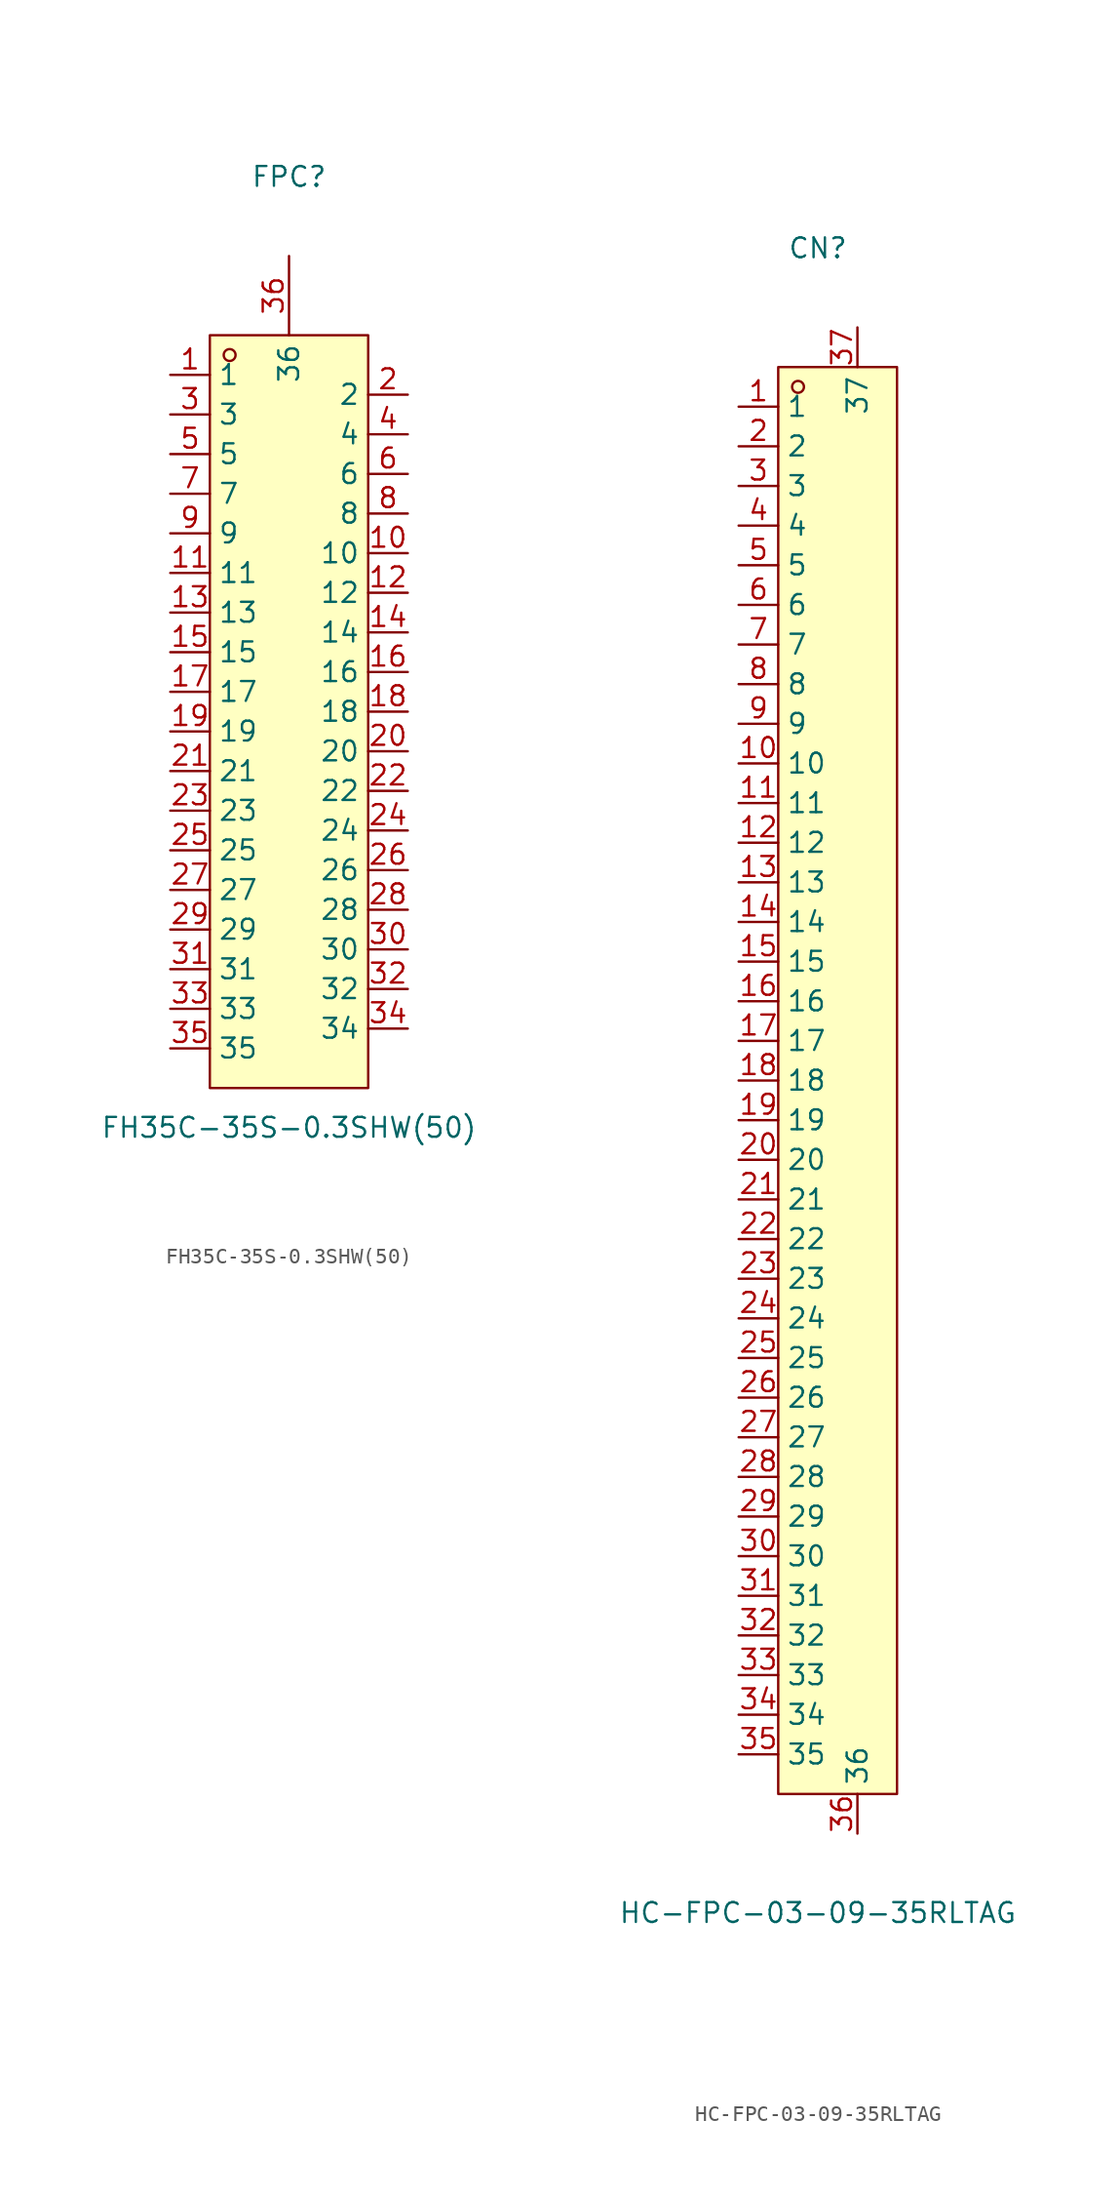
<source format=kicad_sym>
(kicad_symbol_lib
  (version 20241209)
  (generator "kicad_symbol_editor")
  (generator_version "9.0")
  (symbol "FH35C-35S-0.3SHW(50)"
    (property "Reference" "FPC"
      (at 0 34.29 0)
      (effects (font (size 1.27 1.27))))
    (property "Value" "FH35C-35S-0.3SHW(50)"
      (at 0 -26.67 0)
      (effects (font (size 1.27 1.27))))
    (symbol "FH35C-35S-0.3SHW(50)_0_1"
      (rectangle (start -5.08 24.13) (end 5.08 -24.13) (stroke (width 0) (type default)) (fill (type background)))
      (circle (center -3.81 22.86) (radius 0.38) (stroke (width 0) (type default)) (fill (type none)))
      (pin unspecified line (at -7.62 21.59 0) (length 2.54) (name "1" (effects (font (size 1.27 1.27)))) (number "1" (effects (font (size 1.27 1.27)))))
      (pin unspecified line (at -7.62 19.05 0) (length 2.54) (name "3" (effects (font (size 1.27 1.27)))) (number "3" (effects (font (size 1.27 1.27)))))
      (pin unspecified line (at -7.62 16.51 0) (length 2.54) (name "5" (effects (font (size 1.27 1.27)))) (number "5" (effects (font (size 1.27 1.27)))))
      (pin unspecified line (at -7.62 13.97 0) (length 2.54) (name "7" (effects (font (size 1.27 1.27)))) (number "7" (effects (font (size 1.27 1.27)))))
      (pin unspecified line (at -7.62 11.43 0) (length 2.54) (name "9" (effects (font (size 1.27 1.27)))) (number "9" (effects (font (size 1.27 1.27)))))
      (pin unspecified line (at -7.62 8.89 0) (length 2.54) (name "11" (effects (font (size 1.27 1.27)))) (number "11" (effects (font (size 1.27 1.27)))))
      (pin unspecified line (at -7.62 6.35 0) (length 2.54) (name "13" (effects (font (size 1.27 1.27)))) (number "13" (effects (font (size 1.27 1.27)))))
      (pin unspecified line (at -7.62 3.81 0) (length 2.54) (name "15" (effects (font (size 1.27 1.27)))) (number "15" (effects (font (size 1.27 1.27)))))
      (pin unspecified line (at -7.62 1.27 0) (length 2.54) (name "17" (effects (font (size 1.27 1.27)))) (number "17" (effects (font (size 1.27 1.27)))))
      (pin unspecified line (at -7.62 -1.27 0) (length 2.54) (name "19" (effects (font (size 1.27 1.27)))) (number "19" (effects (font (size 1.27 1.27)))))
      (pin unspecified line (at -7.62 -3.81 0) (length 2.54) (name "21" (effects (font (size 1.27 1.27)))) (number "21" (effects (font (size 1.27 1.27)))))
      (pin unspecified line (at -7.62 -6.35 0) (length 2.54) (name "23" (effects (font (size 1.27 1.27)))) (number "23" (effects (font (size 1.27 1.27)))))
      (pin unspecified line (at -7.62 -8.89 0) (length 2.54) (name "25" (effects (font (size 1.27 1.27)))) (number "25" (effects (font (size 1.27 1.27)))))
      (pin unspecified line (at -7.62 -11.43 0) (length 2.54) (name "27" (effects (font (size 1.27 1.27)))) (number "27" (effects (font (size 1.27 1.27)))))
      (pin unspecified line (at -7.62 -13.97 0) (length 2.54) (name "29" (effects (font (size 1.27 1.27)))) (number "29" (effects (font (size 1.27 1.27)))))
      (pin unspecified line (at -7.62 -16.51 0) (length 2.54) (name "31" (effects (font (size 1.27 1.27)))) (number "31" (effects (font (size 1.27 1.27)))))
      (pin unspecified line (at -7.62 -19.05 0) (length 2.54) (name "33" (effects (font (size 1.27 1.27)))) (number "33" (effects (font (size 1.27 1.27)))))
      (pin unspecified line (at -7.62 -21.59 0) (length 2.54) (name "35" (effects (font (size 1.27 1.27)))) (number "35" (effects (font (size 1.27 1.27)))))
      (pin unspecified line (at 0 29.21 270) (length 5.08) (name "36" (effects (font (size 1.27 1.27)))) (number "36" (effects (font (size 1.27 1.27)))))
      (pin unspecified line (at 7.62 20.32 180) (length 2.54) (name "2" (effects (font (size 1.27 1.27)))) (number "2" (effects (font (size 1.27 1.27)))))
      (pin unspecified line (at 7.62 17.78 180) (length 2.54) (name "4" (effects (font (size 1.27 1.27)))) (number "4" (effects (font (size 1.27 1.27)))))
      (pin unspecified line (at 7.62 15.24 180) (length 2.54) (name "6" (effects (font (size 1.27 1.27)))) (number "6" (effects (font (size 1.27 1.27)))))
      (pin unspecified line (at 7.62 12.7 180) (length 2.54) (name "8" (effects (font (size 1.27 1.27)))) (number "8" (effects (font (size 1.27 1.27)))))
      (pin unspecified line (at 7.62 10.16 180) (length 2.54) (name "10" (effects (font (size 1.27 1.27)))) (number "10" (effects (font (size 1.27 1.27)))))
      (pin unspecified line (at 7.62 7.62 180) (length 2.54) (name "12" (effects (font (size 1.27 1.27)))) (number "12" (effects (font (size 1.27 1.27)))))
      (pin unspecified line (at 7.62 5.08 180) (length 2.54) (name "14" (effects (font (size 1.27 1.27)))) (number "14" (effects (font (size 1.27 1.27)))))
      (pin unspecified line (at 7.62 2.54 180) (length 2.54) (name "16" (effects (font (size 1.27 1.27)))) (number "16" (effects (font (size 1.27 1.27)))))
      (pin unspecified line (at 7.62 0 180) (length 2.54) (name "18" (effects (font (size 1.27 1.27)))) (number "18" (effects (font (size 1.27 1.27)))))
      (pin unspecified line (at 7.62 -2.54 180) (length 2.54) (name "20" (effects (font (size 1.27 1.27)))) (number "20" (effects (font (size 1.27 1.27)))))
      (pin unspecified line (at 7.62 -5.08 180) (length 2.54) (name "22" (effects (font (size 1.27 1.27)))) (number "22" (effects (font (size 1.27 1.27)))))
      (pin unspecified line (at 7.62 -7.62 180) (length 2.54) (name "24" (effects (font (size 1.27 1.27)))) (number "24" (effects (font (size 1.27 1.27)))))
      (pin unspecified line (at 7.62 -10.16 180) (length 2.54) (name "26" (effects (font (size 1.27 1.27)))) (number "26" (effects (font (size 1.27 1.27)))))
      (pin unspecified line (at 7.62 -12.7 180) (length 2.54) (name "28" (effects (font (size 1.27 1.27)))) (number "28" (effects (font (size 1.27 1.27)))))
      (pin unspecified line (at 7.62 -15.24 180) (length 2.54) (name "30" (effects (font (size 1.27 1.27)))) (number "30" (effects (font (size 1.27 1.27)))))
      (pin unspecified line (at 7.62 -17.78 180) (length 2.54) (name "32" (effects (font (size 1.27 1.27)))) (number "32" (effects (font (size 1.27 1.27)))))
      (pin unspecified line (at 7.62 -20.32 180) (length 2.54) (name "34" (effects (font (size 1.27 1.27)))) (number "34" (effects (font (size 1.27 1.27)))))))
  (symbol "HC-FPC-03-09-35RLTAG"
    (property "Reference" "CN"
      (at 0 53.34 0)
      (effects (font (size 1.27 1.27))))
    (property "Value" "HC-FPC-03-09-35RLTAG"
      (at 0 -53.34 0)
      (effects (font (size 1.27 1.27))))
    (symbol "HC-FPC-03-09-35RLTAG_0_1"
      (rectangle (start -2.54 45.72) (end 5.08 -45.72) (stroke (width 0) (type default)) (fill (type background)))
      (circle (center -1.27 44.45) (radius 0.38) (stroke (width 0) (type default)) (fill (type none)))
      (pin unspecified line (at -5.08 43.18 0) (length 2.54) (name "1" (effects (font (size 1.27 1.27)))) (number "1" (effects (font (size 1.27 1.27)))))
      (pin unspecified line (at -5.08 40.64 0) (length 2.54) (name "2" (effects (font (size 1.27 1.27)))) (number "2" (effects (font (size 1.27 1.27)))))
      (pin unspecified line (at -5.08 38.1 0) (length 2.54) (name "3" (effects (font (size 1.27 1.27)))) (number "3" (effects (font (size 1.27 1.27)))))
      (pin unspecified line (at -5.08 35.56 0) (length 2.54) (name "4" (effects (font (size 1.27 1.27)))) (number "4" (effects (font (size 1.27 1.27)))))
      (pin unspecified line (at -5.08 33.02 0) (length 2.54) (name "5" (effects (font (size 1.27 1.27)))) (number "5" (effects (font (size 1.27 1.27)))))
      (pin unspecified line (at -5.08 30.48 0) (length 2.54) (name "6" (effects (font (size 1.27 1.27)))) (number "6" (effects (font (size 1.27 1.27)))))
      (pin unspecified line (at -5.08 27.94 0) (length 2.54) (name "7" (effects (font (size 1.27 1.27)))) (number "7" (effects (font (size 1.27 1.27)))))
      (pin unspecified line (at -5.08 25.4 0) (length 2.54) (name "8" (effects (font (size 1.27 1.27)))) (number "8" (effects (font (size 1.27 1.27)))))
      (pin unspecified line (at -5.08 22.86 0) (length 2.54) (name "9" (effects (font (size 1.27 1.27)))) (number "9" (effects (font (size 1.27 1.27)))))
      (pin unspecified line (at -5.08 20.32 0) (length 2.54) (name "10" (effects (font (size 1.27 1.27)))) (number "10" (effects (font (size 1.27 1.27)))))
      (pin unspecified line (at -5.08 17.78 0) (length 2.54) (name "11" (effects (font (size 1.27 1.27)))) (number "11" (effects (font (size 1.27 1.27)))))
      (pin unspecified line (at -5.08 15.24 0) (length 2.54) (name "12" (effects (font (size 1.27 1.27)))) (number "12" (effects (font (size 1.27 1.27)))))
      (pin unspecified line (at -5.08 12.7 0) (length 2.54) (name "13" (effects (font (size 1.27 1.27)))) (number "13" (effects (font (size 1.27 1.27)))))
      (pin unspecified line (at -5.08 10.16 0) (length 2.54) (name "14" (effects (font (size 1.27 1.27)))) (number "14" (effects (font (size 1.27 1.27)))))
      (pin unspecified line (at -5.08 7.62 0) (length 2.54) (name "15" (effects (font (size 1.27 1.27)))) (number "15" (effects (font (size 1.27 1.27)))))
      (pin unspecified line (at -5.08 5.08 0) (length 2.54) (name "16" (effects (font (size 1.27 1.27)))) (number "16" (effects (font (size 1.27 1.27)))))
      (pin unspecified line (at -5.08 2.54 0) (length 2.54) (name "17" (effects (font (size 1.27 1.27)))) (number "17" (effects (font (size 1.27 1.27)))))
      (pin unspecified line (at -5.08 0 0) (length 2.54) (name "18" (effects (font (size 1.27 1.27)))) (number "18" (effects (font (size 1.27 1.27)))))
      (pin unspecified line (at -5.08 -2.54 0) (length 2.54) (name "19" (effects (font (size 1.27 1.27)))) (number "19" (effects (font (size 1.27 1.27)))))
      (pin unspecified line (at -5.08 -5.08 0) (length 2.54) (name "20" (effects (font (size 1.27 1.27)))) (number "20" (effects (font (size 1.27 1.27)))))
      (pin unspecified line (at -5.08 -7.62 0) (length 2.54) (name "21" (effects (font (size 1.27 1.27)))) (number "21" (effects (font (size 1.27 1.27)))))
      (pin unspecified line (at -5.08 -10.16 0) (length 2.54) (name "22" (effects (font (size 1.27 1.27)))) (number "22" (effects (font (size 1.27 1.27)))))
      (pin unspecified line (at -5.08 -12.7 0) (length 2.54) (name "23" (effects (font (size 1.27 1.27)))) (number "23" (effects (font (size 1.27 1.27)))))
      (pin unspecified line (at -5.08 -15.24 0) (length 2.54) (name "24" (effects (font (size 1.27 1.27)))) (number "24" (effects (font (size 1.27 1.27)))))
      (pin unspecified line (at -5.08 -17.78 0) (length 2.54) (name "25" (effects (font (size 1.27 1.27)))) (number "25" (effects (font (size 1.27 1.27)))))
      (pin unspecified line (at -5.08 -20.32 0) (length 2.54) (name "26" (effects (font (size 1.27 1.27)))) (number "26" (effects (font (size 1.27 1.27)))))
      (pin unspecified line (at -5.08 -22.86 0) (length 2.54) (name "27" (effects (font (size 1.27 1.27)))) (number "27" (effects (font (size 1.27 1.27)))))
      (pin unspecified line (at -5.08 -25.4 0) (length 2.54) (name "28" (effects (font (size 1.27 1.27)))) (number "28" (effects (font (size 1.27 1.27)))))
      (pin unspecified line (at -5.08 -27.94 0) (length 2.54) (name "29" (effects (font (size 1.27 1.27)))) (number "29" (effects (font (size 1.27 1.27)))))
      (pin unspecified line (at -5.08 -30.48 0) (length 2.54) (name "30" (effects (font (size 1.27 1.27)))) (number "30" (effects (font (size 1.27 1.27)))))
      (pin unspecified line (at -5.08 -33.02 0) (length 2.54) (name "31" (effects (font (size 1.27 1.27)))) (number "31" (effects (font (size 1.27 1.27)))))
      (pin unspecified line (at -5.08 -35.56 0) (length 2.54) (name "32" (effects (font (size 1.27 1.27)))) (number "32" (effects (font (size 1.27 1.27)))))
      (pin unspecified line (at -5.08 -38.1 0) (length 2.54) (name "33" (effects (font (size 1.27 1.27)))) (number "33" (effects (font (size 1.27 1.27)))))
      (pin unspecified line (at -5.08 -40.64 0) (length 2.54) (name "34" (effects (font (size 1.27 1.27)))) (number "34" (effects (font (size 1.27 1.27)))))
      (pin unspecified line (at -5.08 -43.18 0) (length 2.54) (name "35" (effects (font (size 1.27 1.27)))) (number "35" (effects (font (size 1.27 1.27)))))
      (pin unspecified line (at 2.54 48.26 270) (length 2.54) (name "37" (effects (font (size 1.27 1.27)))) (number "37" (effects (font (size 1.27 1.27)))))
      (pin unspecified line (at 2.54 -48.26 90) (length 2.54) (name "36" (effects (font (size 1.27 1.27)))) (number "36" (effects (font (size 1.27 1.27))))))))
</source>
